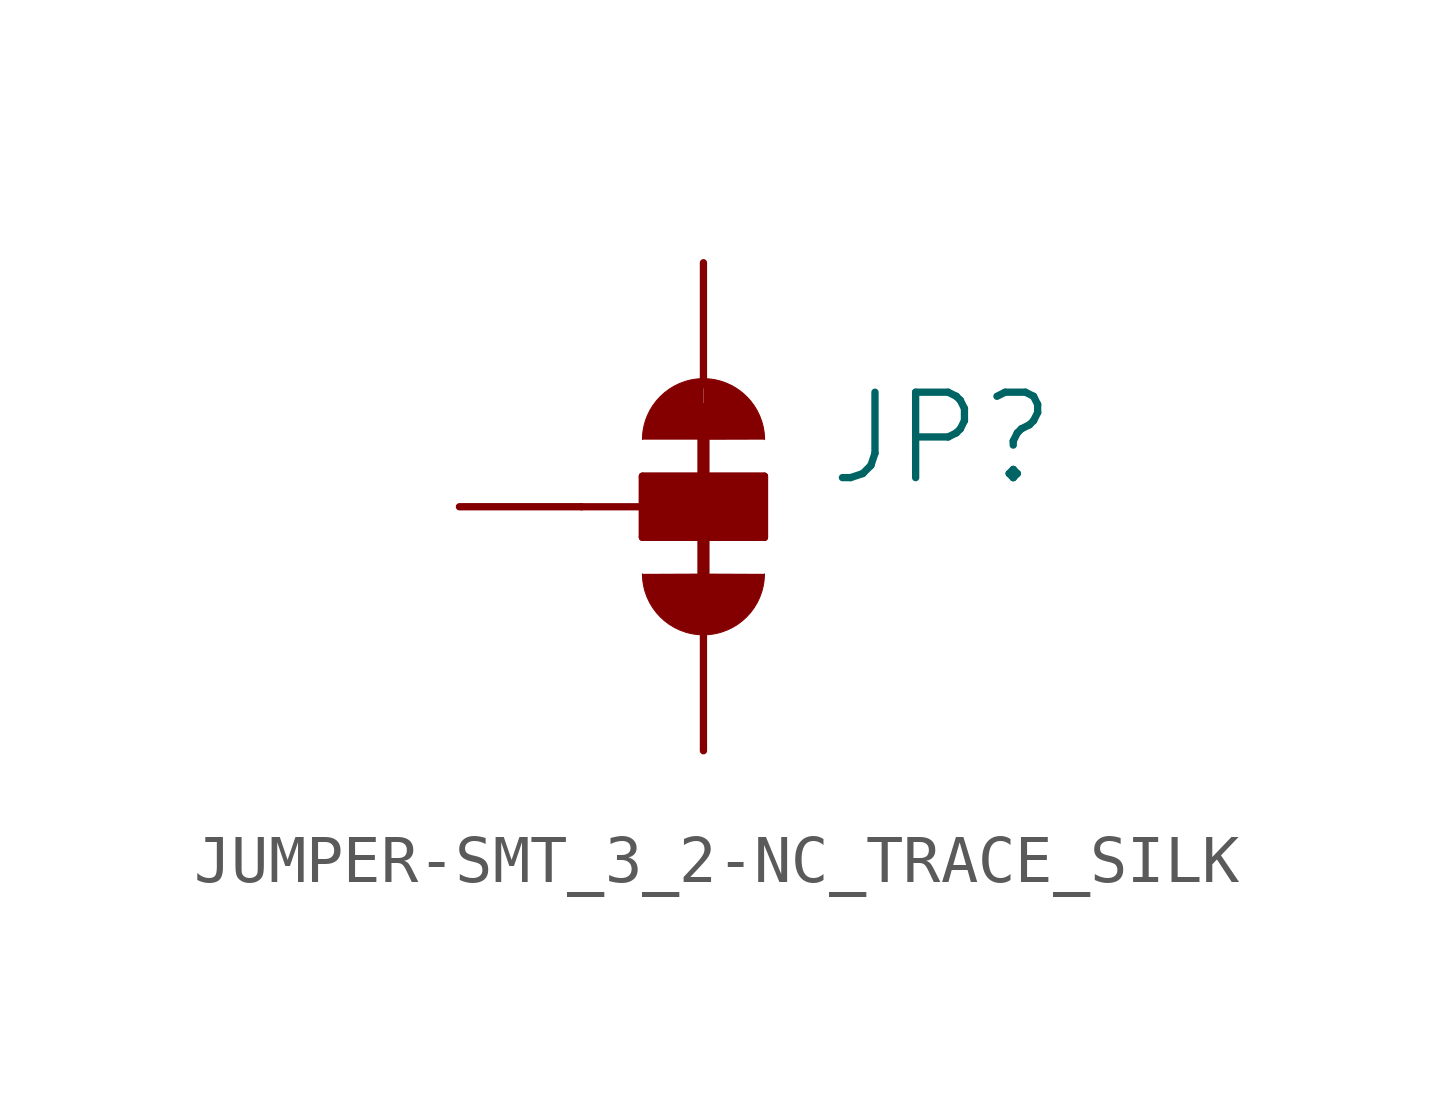
<source format=kicad_sym>
(kicad_symbol_lib
  (version 20220914)
  (generator kicad_symbol_editor)
  (symbol "JUMPER-SMT_3_2-NC_TRACE_SILK"
    (property "Reference" "JP"
      (at 2.54 0.381 0)
      (effects (font (size 1.778 1.778)) (justify left bottom)))
    (property "Value" ""
      (at 2.54 -0.381 0)
      (effects (font (size 1.778 1.778)) (justify left top)))
    (property "ki_locked" ""
      (at 0 0 0)
      (effects (font (size 1.27 1.27))))
    (symbol "JUMPER-SMT_3_2-NC_TRACE_SILK_1_0"
      (arc (start -1.27 -1.397) (mid 0 -2.667) (end 1.27 -1.397) (stroke (width 0.0001) (type solid)) (fill (type outline)))
      (rectangle (start -1.27 -0.635) (end 1.27 0.635) (stroke (width 0) (type default)) (fill (type outline)))
      (polyline (pts (xy -2.54 0) (xy -1.27 0)) (stroke (width 0.152) (type solid)) (fill (type none)))
      (polyline (pts (xy -1.27 -0.635) (xy -1.27 0)) (stroke (width 0.152) (type solid)) (fill (type none)))
      (polyline (pts (xy -1.27 0) (xy -1.27 0.635)) (stroke (width 0.152) (type solid)) (fill (type none)))
      (polyline (pts (xy -1.27 0.635) (xy 1.27 0.635)) (stroke (width 0.152) (type solid)) (fill (type none)))
      (polyline (pts (xy 0 2.032) (xy 0 -1.778)) (stroke (width 0.254) (type solid)) (fill (type none)))
      (polyline (pts (xy 1.27 -0.635) (xy -1.27 -0.635)) (stroke (width 0.152) (type solid)) (fill (type none)))
      (polyline (pts (xy 1.27 0.635) (xy 1.27 -0.635)) (stroke (width 0.152) (type solid)) (fill (type none)))
      (arc (start 0 2.667) (mid -0.898 2.295) (end -1.27 1.397) (stroke (width 0.0001) (type solid)) (fill (type outline)))
      (arc (start 1.27 1.397) (mid 0.898 2.295) (end 0 2.667) (stroke (width 0.0001) (type solid)) (fill (type outline)))
      (pin passive line (at 0 5.08 270) (length 2.54) (name "1" (effects (font (size 0 0)))) (number "1" (effects (font (size 0 0)))))
      (pin passive line (at -5.08 0 0) (length 2.54) (name "2" (effects (font (size 0 0)))) (number "2" (effects (font (size 0 0)))))
      (pin passive line (at 0 -5.08 90) (length 2.54) (name "3" (effects (font (size 0 0)))) (number "3" (effects (font (size 0 0))))))))
</source>
